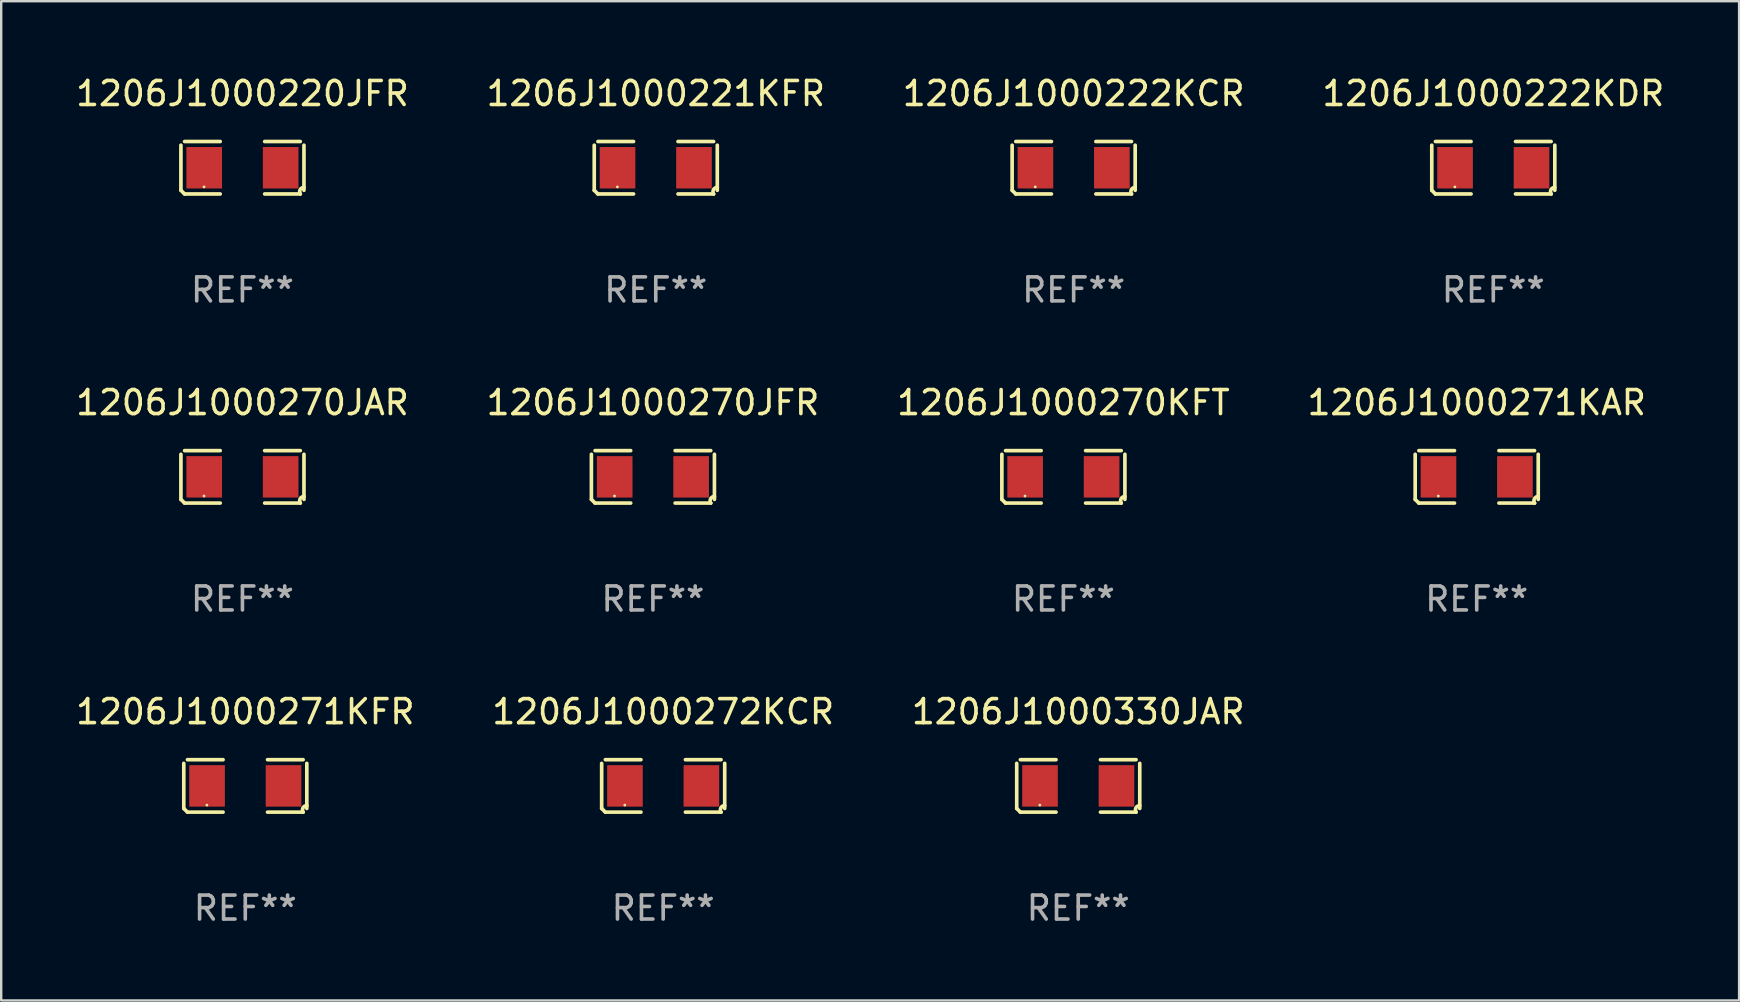
<source format=kicad_pcb>
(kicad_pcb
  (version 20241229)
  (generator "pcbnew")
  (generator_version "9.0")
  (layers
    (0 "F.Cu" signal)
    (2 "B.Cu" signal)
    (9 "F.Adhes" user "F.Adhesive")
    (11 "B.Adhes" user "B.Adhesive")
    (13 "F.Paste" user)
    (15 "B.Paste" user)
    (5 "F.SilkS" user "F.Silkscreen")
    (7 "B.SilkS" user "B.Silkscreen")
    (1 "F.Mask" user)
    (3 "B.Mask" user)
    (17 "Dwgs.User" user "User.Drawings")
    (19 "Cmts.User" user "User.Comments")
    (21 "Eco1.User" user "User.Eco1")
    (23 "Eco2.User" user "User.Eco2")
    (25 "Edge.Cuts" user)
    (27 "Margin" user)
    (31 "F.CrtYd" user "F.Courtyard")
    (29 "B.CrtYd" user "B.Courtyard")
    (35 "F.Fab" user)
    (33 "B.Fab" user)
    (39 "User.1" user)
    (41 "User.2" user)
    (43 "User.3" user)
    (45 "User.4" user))
  (footprint "1206J1000270JAR"
    (layer "F.Cu")
    (at 7.054 16.823)
    (property "Reference" "1206J1000270JAR" (at 0 -3.093 0) (layer "F.SilkS") (effects (font (size 1 1) (thickness 0.15))))
    (attr through_hole)
    (fp_line (start -2.564 0.94) (end -2.564 -0.94) (stroke (width 0.152) (type solid)) (layer "F.SilkS"))
    (fp_line (start -2.411 -1.093) (end -0.926 -1.093) (stroke (width 0.152) (type solid)) (layer "F.SilkS"))
    (fp_line (start -0.926 1.093) (end -2.411 1.093) (stroke (width 0.152) (type solid)) (layer "F.SilkS"))
    (fp_line (start 0.926 1.093) (end 2.411 1.093) (stroke (width 0.152) (type solid)) (layer "F.SilkS"))
    (fp_line (start 2.411 -1.093) (end 0.926 -1.093) (stroke (width 0.152) (type solid)) (layer "F.SilkS"))
    (fp_line (start 2.564 0.94) (end 2.564 -0.94) (stroke (width 0.152) (type solid)) (layer "F.SilkS"))
    (fp_arc (start -2.411201 1.092609) (mid -2.487413 1.01642) (end -2.563602 0.940208) (stroke (width 0.1524) (type solid)) (layer "F.SilkS"))
    (fp_arc (start 2.411201 1.092609) (mid 2.407159 0.911226) (end 2.563602 0.819347) (stroke (width 0.1524) (type solid)) (layer "F.SilkS"))
    (fp_circle (center -1.6 0.8) (end -1.57 0.8) (stroke (width 0.06) (type solid)) (fill no) (layer "F.SilkS"))
    (fp_text user "REF**" (at 0 5.093 0) (layer "F.Fab") (effects (font (size 1 1) (thickness 0.15))))
    (pad "1" smd rect (at -1.593 0) (size 1.485 1.728) (layers "F.Cu" "F.Mask" "F.Paste"))
    (pad "2" smd rect (at 1.593 0) (size 1.485 1.728) (layers "F.Cu" "F.Mask" "F.Paste")))
  (footprint "1206J1000271KAR"
    (layer "F.Cu")
    (at 58.494 16.823)
    (property "Reference" "1206J1000271KAR" (at 0 -3.093 0) (layer "F.SilkS") (effects (font (size 1 1) (thickness 0.15))))
    (attr through_hole)
    (fp_line (start -2.564 0.94) (end -2.564 -0.94) (stroke (width 0.152) (type solid)) (layer "F.SilkS"))
    (fp_line (start -2.411 -1.093) (end -0.926 -1.093) (stroke (width 0.152) (type solid)) (layer "F.SilkS"))
    (fp_line (start -0.926 1.093) (end -2.411 1.093) (stroke (width 0.152) (type solid)) (layer "F.SilkS"))
    (fp_line (start 0.926 1.093) (end 2.411 1.093) (stroke (width 0.152) (type solid)) (layer "F.SilkS"))
    (fp_line (start 2.411 -1.093) (end 0.926 -1.093) (stroke (width 0.152) (type solid)) (layer "F.SilkS"))
    (fp_line (start 2.564 0.94) (end 2.564 -0.94) (stroke (width 0.152) (type solid)) (layer "F.SilkS"))
    (fp_arc (start -2.411201 1.092609) (mid -2.487413 1.01642) (end -2.563602 0.940208) (stroke (width 0.1524) (type solid)) (layer "F.SilkS"))
    (fp_arc (start 2.411201 1.092609) (mid 2.407159 0.911226) (end 2.563602 0.819347) (stroke (width 0.1524) (type solid)) (layer "F.SilkS"))
    (fp_circle (center -1.6 0.8) (end -1.57 0.8) (stroke (width 0.06) (type solid)) (fill no) (layer "F.SilkS"))
    (fp_text user "REF**" (at 0 5.093 0) (layer "F.Fab") (effects (font (size 1 1) (thickness 0.15))))
    (pad "1" smd rect (at -1.593 0) (size 1.485 1.728) (layers "F.Cu" "F.Mask" "F.Paste"))
    (pad "2" smd rect (at 1.593 0) (size 1.485 1.728) (layers "F.Cu" "F.Mask" "F.Paste")))
  (footprint "1206J1000221KFR"
    (layer "F.Cu")
    (at 24.28 3.941)
    (property "Reference" "1206J1000221KFR" (at 0 -3.093 0) (layer "F.SilkS") (effects (font (size 1 1) (thickness 0.15))))
    (attr through_hole)
    (fp_line (start -2.564 0.94) (end -2.564 -0.94) (stroke (width 0.152) (type solid)) (layer "F.SilkS"))
    (fp_line (start -2.411 -1.093) (end -0.926 -1.093) (stroke (width 0.152) (type solid)) (layer "F.SilkS"))
    (fp_line (start -0.926 1.093) (end -2.411 1.093) (stroke (width 0.152) (type solid)) (layer "F.SilkS"))
    (fp_line (start 0.926 1.093) (end 2.411 1.093) (stroke (width 0.152) (type solid)) (layer "F.SilkS"))
    (fp_line (start 2.411 -1.093) (end 0.926 -1.093) (stroke (width 0.152) (type solid)) (layer "F.SilkS"))
    (fp_line (start 2.564 0.94) (end 2.564 -0.94) (stroke (width 0.152) (type solid)) (layer "F.SilkS"))
    (fp_arc (start -2.411201 1.092609) (mid -2.487413 1.01642) (end -2.563602 0.940208) (stroke (width 0.1524) (type solid)) (layer "F.SilkS"))
    (fp_arc (start 2.411201 1.092609) (mid 2.407159 0.911226) (end 2.563602 0.819347) (stroke (width 0.1524) (type solid)) (layer "F.SilkS"))
    (fp_circle (center -1.6 0.8) (end -1.57 0.8) (stroke (width 0.06) (type solid)) (fill no) (layer "F.SilkS"))
    (fp_text user "REF**" (at 0 5.093 0) (layer "F.Fab") (effects (font (size 1 1) (thickness 0.15))))
    (pad "1" smd rect (at -1.593 0) (size 1.485 1.728) (layers "F.Cu" "F.Mask" "F.Paste"))
    (pad "2" smd rect (at 1.593 0) (size 1.485 1.728) (layers "F.Cu" "F.Mask" "F.Paste")))
  (footprint "1206J1000222KCR"
    (layer "F.Cu")
    (at 41.696 3.941)
    (property "Reference" "1206J1000222KCR" (at 0 -3.093 0) (layer "F.SilkS") (effects (font (size 1 1) (thickness 0.15))))
    (attr through_hole)
    (fp_line (start -2.564 0.94) (end -2.564 -0.94) (stroke (width 0.152) (type solid)) (layer "F.SilkS"))
    (fp_line (start -2.411 -1.093) (end -0.926 -1.093) (stroke (width 0.152) (type solid)) (layer "F.SilkS"))
    (fp_line (start -0.926 1.093) (end -2.411 1.093) (stroke (width 0.152) (type solid)) (layer "F.SilkS"))
    (fp_line (start 0.926 1.093) (end 2.411 1.093) (stroke (width 0.152) (type solid)) (layer "F.SilkS"))
    (fp_line (start 2.411 -1.093) (end 0.926 -1.093) (stroke (width 0.152) (type solid)) (layer "F.SilkS"))
    (fp_line (start 2.564 0.94) (end 2.564 -0.94) (stroke (width 0.152) (type solid)) (layer "F.SilkS"))
    (fp_arc (start -2.411201 1.092609) (mid -2.487413 1.01642) (end -2.563602 0.940208) (stroke (width 0.1524) (type solid)) (layer "F.SilkS"))
    (fp_arc (start 2.411201 1.092609) (mid 2.407159 0.911226) (end 2.563602 0.819347) (stroke (width 0.1524) (type solid)) (layer "F.SilkS"))
    (fp_circle (center -1.6 0.8) (end -1.57 0.8) (stroke (width 0.06) (type solid)) (fill no) (layer "F.SilkS"))
    (fp_text user "REF**" (at 0 5.093 0) (layer "F.Fab") (effects (font (size 1 1) (thickness 0.15))))
    (pad "1" smd rect (at -1.593 0) (size 1.485 1.728) (layers "F.Cu" "F.Mask" "F.Paste"))
    (pad "2" smd rect (at 1.593 0) (size 1.485 1.728) (layers "F.Cu" "F.Mask" "F.Paste")))
  (footprint "1206J1000220JFR"
    (layer "F.Cu")
    (at 7.054 3.941)
    (property "Reference" "1206J1000220JFR" (at 0 -3.093 0) (layer "F.SilkS") (effects (font (size 1 1) (thickness 0.15))))
    (attr through_hole)
    (fp_line (start -2.564 0.94) (end -2.564 -0.94) (stroke (width 0.152) (type solid)) (layer "F.SilkS"))
    (fp_line (start -2.411 -1.093) (end -0.926 -1.093) (stroke (width 0.152) (type solid)) (layer "F.SilkS"))
    (fp_line (start -0.926 1.093) (end -2.411 1.093) (stroke (width 0.152) (type solid)) (layer "F.SilkS"))
    (fp_line (start 0.926 1.093) (end 2.411 1.093) (stroke (width 0.152) (type solid)) (layer "F.SilkS"))
    (fp_line (start 2.411 -1.093) (end 0.926 -1.093) (stroke (width 0.152) (type solid)) (layer "F.SilkS"))
    (fp_line (start 2.564 0.94) (end 2.564 -0.94) (stroke (width 0.152) (type solid)) (layer "F.SilkS"))
    (fp_arc (start -2.411201 1.092609) (mid -2.487413 1.01642) (end -2.563602 0.940208) (stroke (width 0.1524) (type solid)) (layer "F.SilkS"))
    (fp_arc (start 2.411201 1.092609) (mid 2.407159 0.911226) (end 2.563602 0.819347) (stroke (width 0.1524) (type solid)) (layer "F.SilkS"))
    (fp_circle (center -1.6 0.8) (end -1.57 0.8) (stroke (width 0.06) (type solid)) (fill no) (layer "F.SilkS"))
    (fp_text user "REF**" (at 0 5.093 0) (layer "F.Fab") (effects (font (size 1 1) (thickness 0.15))))
    (pad "1" smd rect (at -1.593 0) (size 1.485 1.728) (layers "F.Cu" "F.Mask" "F.Paste"))
    (pad "2" smd rect (at 1.593 0) (size 1.485 1.728) (layers "F.Cu" "F.Mask" "F.Paste")))
  (footprint "1206J1000272KCR"
    (layer "F.Cu")
    (at 24.589 29.704)
    (property "Reference" "1206J1000272KCR" (at 0 -3.093 0) (layer "F.SilkS") (effects (font (size 1 1) (thickness 0.15))))
    (attr through_hole)
    (fp_line (start -2.564 0.94) (end -2.564 -0.94) (stroke (width 0.152) (type solid)) (layer "F.SilkS"))
    (fp_line (start -2.411 -1.093) (end -0.926 -1.093) (stroke (width 0.152) (type solid)) (layer "F.SilkS"))
    (fp_line (start -0.926 1.093) (end -2.411 1.093) (stroke (width 0.152) (type solid)) (layer "F.SilkS"))
    (fp_line (start 0.926 1.093) (end 2.411 1.093) (stroke (width 0.152) (type solid)) (layer "F.SilkS"))
    (fp_line (start 2.411 -1.093) (end 0.926 -1.093) (stroke (width 0.152) (type solid)) (layer "F.SilkS"))
    (fp_line (start 2.564 0.94) (end 2.564 -0.94) (stroke (width 0.152) (type solid)) (layer "F.SilkS"))
    (fp_arc (start -2.411201 1.092609) (mid -2.487413 1.01642) (end -2.563602 0.940208) (stroke (width 0.1524) (type solid)) (layer "F.SilkS"))
    (fp_arc (start 2.411201 1.092609) (mid 2.407159 0.911226) (end 2.563602 0.819347) (stroke (width 0.1524) (type solid)) (layer "F.SilkS"))
    (fp_circle (center -1.6 0.8) (end -1.57 0.8) (stroke (width 0.06) (type solid)) (fill no) (layer "F.SilkS"))
    (fp_text user "REF**" (at 0 5.093 0) (layer "F.Fab") (effects (font (size 1 1) (thickness 0.15))))
    (pad "1" smd rect (at -1.593 0) (size 1.485 1.728) (layers "F.Cu" "F.Mask" "F.Paste"))
    (pad "2" smd rect (at 1.593 0) (size 1.485 1.728) (layers "F.Cu" "F.Mask" "F.Paste")))
  (footprint "1206J1000270JFR"
    (layer "F.Cu")
    (at 24.161 16.823)
    (property "Reference" "1206J1000270JFR" (at 0 -3.093 0) (layer "F.SilkS") (effects (font (size 1 1) (thickness 0.15))))
    (attr through_hole)
    (fp_line (start -2.564 0.94) (end -2.564 -0.94) (stroke (width 0.152) (type solid)) (layer "F.SilkS"))
    (fp_line (start -2.411 -1.093) (end -0.926 -1.093) (stroke (width 0.152) (type solid)) (layer "F.SilkS"))
    (fp_line (start -0.926 1.093) (end -2.411 1.093) (stroke (width 0.152) (type solid)) (layer "F.SilkS"))
    (fp_line (start 0.926 1.093) (end 2.411 1.093) (stroke (width 0.152) (type solid)) (layer "F.SilkS"))
    (fp_line (start 2.411 -1.093) (end 0.926 -1.093) (stroke (width 0.152) (type solid)) (layer "F.SilkS"))
    (fp_line (start 2.564 0.94) (end 2.564 -0.94) (stroke (width 0.152) (type solid)) (layer "F.SilkS"))
    (fp_arc (start -2.411201 1.092609) (mid -2.487413 1.01642) (end -2.563602 0.940208) (stroke (width 0.1524) (type solid)) (layer "F.SilkS"))
    (fp_arc (start 2.411201 1.092609) (mid 2.407159 0.911226) (end 2.563602 0.819347) (stroke (width 0.1524) (type solid)) (layer "F.SilkS"))
    (fp_circle (center -1.6 0.8) (end -1.57 0.8) (stroke (width 0.06) (type solid)) (fill no) (layer "F.SilkS"))
    (fp_text user "REF**" (at 0 5.093 0) (layer "F.Fab") (effects (font (size 1 1) (thickness 0.15))))
    (pad "1" smd rect (at -1.593 0) (size 1.485 1.728) (layers "F.Cu" "F.Mask" "F.Paste"))
    (pad "2" smd rect (at 1.593 0) (size 1.485 1.728) (layers "F.Cu" "F.Mask" "F.Paste")))
  (footprint "1206J1000330JAR"
    (layer "F.Cu")
    (at 41.887 29.704)
    (property "Reference" "1206J1000330JAR" (at 0 -3.093 0) (layer "F.SilkS") (effects (font (size 1 1) (thickness 0.15))))
    (attr through_hole)
    (fp_line (start -2.564 0.94) (end -2.564 -0.94) (stroke (width 0.152) (type solid)) (layer "F.SilkS"))
    (fp_line (start -2.411 -1.093) (end -0.926 -1.093) (stroke (width 0.152) (type solid)) (layer "F.SilkS"))
    (fp_line (start -0.926 1.093) (end -2.411 1.093) (stroke (width 0.152) (type solid)) (layer "F.SilkS"))
    (fp_line (start 0.926 1.093) (end 2.411 1.093) (stroke (width 0.152) (type solid)) (layer "F.SilkS"))
    (fp_line (start 2.411 -1.093) (end 0.926 -1.093) (stroke (width 0.152) (type solid)) (layer "F.SilkS"))
    (fp_line (start 2.564 0.94) (end 2.564 -0.94) (stroke (width 0.152) (type solid)) (layer "F.SilkS"))
    (fp_arc (start -2.411201 1.092609) (mid -2.487413 1.01642) (end -2.563602 0.940208) (stroke (width 0.1524) (type solid)) (layer "F.SilkS"))
    (fp_arc (start 2.411201 1.092609) (mid 2.407159 0.911226) (end 2.563602 0.819347) (stroke (width 0.1524) (type solid)) (layer "F.SilkS"))
    (fp_circle (center -1.6 0.8) (end -1.57 0.8) (stroke (width 0.06) (type solid)) (fill no) (layer "F.SilkS"))
    (fp_text user "REF**" (at 0 5.093 0) (layer "F.Fab") (effects (font (size 1 1) (thickness 0.15))))
    (pad "1" smd rect (at -1.593 0) (size 1.485 1.728) (layers "F.Cu" "F.Mask" "F.Paste"))
    (pad "2" smd rect (at 1.593 0) (size 1.485 1.728) (layers "F.Cu" "F.Mask" "F.Paste")))
  (footprint "1206J1000271KFR"
    (layer "F.Cu")
    (at 7.173 29.704)
    (property "Reference" "1206J1000271KFR" (at 0 -3.093 0) (layer "F.SilkS") (effects (font (size 1 1) (thickness 0.15))))
    (attr through_hole)
    (fp_line (start -2.564 0.94) (end -2.564 -0.94) (stroke (width 0.152) (type solid)) (layer "F.SilkS"))
    (fp_line (start -2.411 -1.093) (end -0.926 -1.093) (stroke (width 0.152) (type solid)) (layer "F.SilkS"))
    (fp_line (start -0.926 1.093) (end -2.411 1.093) (stroke (width 0.152) (type solid)) (layer "F.SilkS"))
    (fp_line (start 0.926 1.093) (end 2.411 1.093) (stroke (width 0.152) (type solid)) (layer "F.SilkS"))
    (fp_line (start 2.411 -1.093) (end 0.926 -1.093) (stroke (width 0.152) (type solid)) (layer "F.SilkS"))
    (fp_line (start 2.564 0.94) (end 2.564 -0.94) (stroke (width 0.152) (type solid)) (layer "F.SilkS"))
    (fp_arc (start -2.411201 1.092609) (mid -2.487413 1.01642) (end -2.563602 0.940208) (stroke (width 0.1524) (type solid)) (layer "F.SilkS"))
    (fp_arc (start 2.411201 1.092609) (mid 2.407159 0.911226) (end 2.563602 0.819347) (stroke (width 0.1524) (type solid)) (layer "F.SilkS"))
    (fp_circle (center -1.6 0.8) (end -1.57 0.8) (stroke (width 0.06) (type solid)) (fill no) (layer "F.SilkS"))
    (fp_text user "REF**" (at 0 5.093 0) (layer "F.Fab") (effects (font (size 1 1) (thickness 0.15))))
    (pad "1" smd rect (at -1.593 0) (size 1.485 1.728) (layers "F.Cu" "F.Mask" "F.Paste"))
    (pad "2" smd rect (at 1.593 0) (size 1.485 1.728) (layers "F.Cu" "F.Mask" "F.Paste")))
  (footprint "1206J1000270KFT"
    (layer "F.Cu")
    (at 41.268 16.823)
    (property "Reference" "1206J1000270KFT" (at 0 -3.093 0) (layer "F.SilkS") (effects (font (size 1 1) (thickness 0.15))))
    (attr through_hole)
    (fp_line (start -2.564 0.94) (end -2.564 -0.94) (stroke (width 0.152) (type solid)) (layer "F.SilkS"))
    (fp_line (start -2.411 -1.093) (end -0.926 -1.093) (stroke (width 0.152) (type solid)) (layer "F.SilkS"))
    (fp_line (start -0.926 1.093) (end -2.411 1.093) (stroke (width 0.152) (type solid)) (layer "F.SilkS"))
    (fp_line (start 0.926 1.093) (end 2.411 1.093) (stroke (width 0.152) (type solid)) (layer "F.SilkS"))
    (fp_line (start 2.411 -1.093) (end 0.926 -1.093) (stroke (width 0.152) (type solid)) (layer "F.SilkS"))
    (fp_line (start 2.564 0.94) (end 2.564 -0.94) (stroke (width 0.152) (type solid)) (layer "F.SilkS"))
    (fp_arc (start -2.411201 1.092609) (mid -2.487413 1.01642) (end -2.563602 0.940208) (stroke (width 0.1524) (type solid)) (layer "F.SilkS"))
    (fp_arc (start 2.411201 1.092609) (mid 2.407159 0.911226) (end 2.563602 0.819347) (stroke (width 0.1524) (type solid)) (layer "F.SilkS"))
    (fp_circle (center -1.6 0.8) (end -1.57 0.8) (stroke (width 0.06) (type solid)) (fill no) (layer "F.SilkS"))
    (fp_text user "REF**" (at 0 5.093 0) (layer "F.Fab") (effects (font (size 1 1) (thickness 0.15))))
    (pad "1" smd rect (at -1.593 0) (size 1.485 1.728) (layers "F.Cu" "F.Mask" "F.Paste"))
    (pad "2" smd rect (at 1.593 0) (size 1.485 1.728) (layers "F.Cu" "F.Mask" "F.Paste")))
  (footprint "1206J1000222KDR"
    (layer "F.Cu")
    (at 59.185 3.941)
    (property "Reference" "1206J1000222KDR" (at 0 -3.093 0) (layer "F.SilkS") (effects (font (size 1 1) (thickness 0.15))))
    (attr through_hole)
    (fp_line (start -2.564 0.94) (end -2.564 -0.94) (stroke (width 0.152) (type solid)) (layer "F.SilkS"))
    (fp_line (start -2.411 -1.093) (end -0.926 -1.093) (stroke (width 0.152) (type solid)) (layer "F.SilkS"))
    (fp_line (start -0.926 1.093) (end -2.411 1.093) (stroke (width 0.152) (type solid)) (layer "F.SilkS"))
    (fp_line (start 0.926 1.093) (end 2.411 1.093) (stroke (width 0.152) (type solid)) (layer "F.SilkS"))
    (fp_line (start 2.411 -1.093) (end 0.926 -1.093) (stroke (width 0.152) (type solid)) (layer "F.SilkS"))
    (fp_line (start 2.564 0.94) (end 2.564 -0.94) (stroke (width 0.152) (type solid)) (layer "F.SilkS"))
    (fp_arc (start -2.411201 1.092609) (mid -2.487413 1.01642) (end -2.563602 0.940208) (stroke (width 0.1524) (type solid)) (layer "F.SilkS"))
    (fp_arc (start 2.411201 1.092609) (mid 2.407159 0.911226) (end 2.563602 0.819347) (stroke (width 0.1524) (type solid)) (layer "F.SilkS"))
    (fp_circle (center -1.6 0.8) (end -1.57 0.8) (stroke (width 0.06) (type solid)) (fill no) (layer "F.SilkS"))
    (fp_text user "REF**" (at 0 5.093 0) (layer "F.Fab") (effects (font (size 1 1) (thickness 0.15))))
    (pad "1" smd rect (at -1.593 0) (size 1.485 1.728) (layers "F.Cu" "F.Mask" "F.Paste"))
    (pad "2" smd rect (at 1.593 0) (size 1.485 1.728) (layers "F.Cu" "F.Mask" "F.Paste")))
  (gr_rect
    (start -3 -3)
    (end 69.429 38.645)
    (stroke (width 0.1) (type default))
    (fill no)
    (layer "Edge.Cuts")))
</source>
